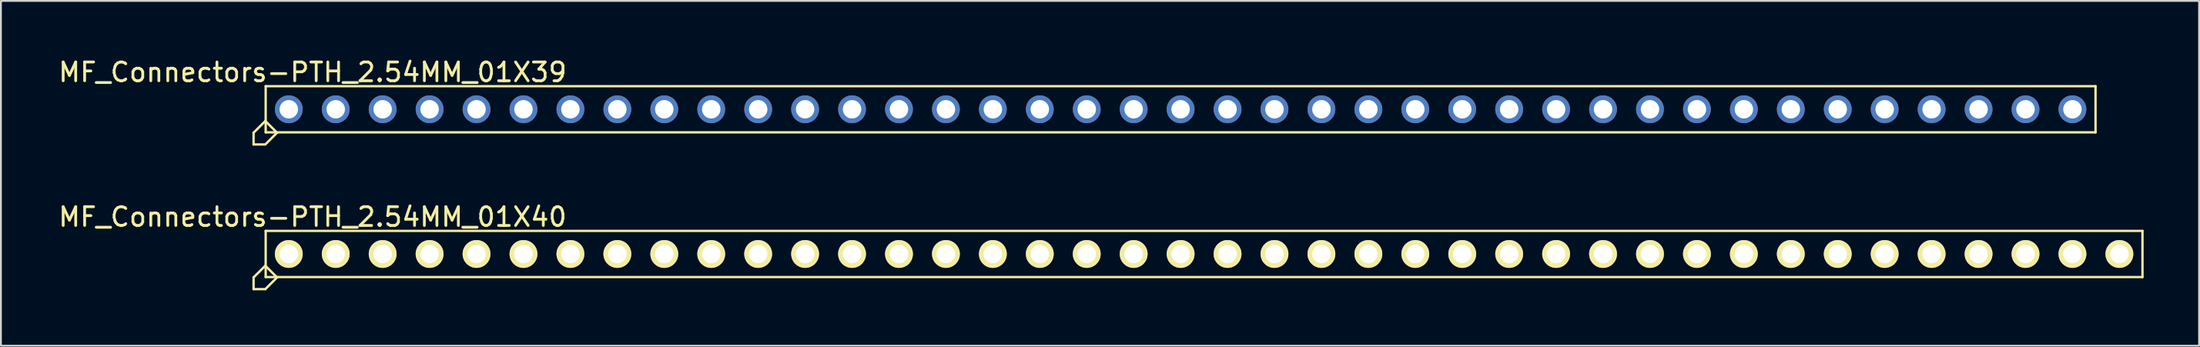
<source format=kicad_pcb>
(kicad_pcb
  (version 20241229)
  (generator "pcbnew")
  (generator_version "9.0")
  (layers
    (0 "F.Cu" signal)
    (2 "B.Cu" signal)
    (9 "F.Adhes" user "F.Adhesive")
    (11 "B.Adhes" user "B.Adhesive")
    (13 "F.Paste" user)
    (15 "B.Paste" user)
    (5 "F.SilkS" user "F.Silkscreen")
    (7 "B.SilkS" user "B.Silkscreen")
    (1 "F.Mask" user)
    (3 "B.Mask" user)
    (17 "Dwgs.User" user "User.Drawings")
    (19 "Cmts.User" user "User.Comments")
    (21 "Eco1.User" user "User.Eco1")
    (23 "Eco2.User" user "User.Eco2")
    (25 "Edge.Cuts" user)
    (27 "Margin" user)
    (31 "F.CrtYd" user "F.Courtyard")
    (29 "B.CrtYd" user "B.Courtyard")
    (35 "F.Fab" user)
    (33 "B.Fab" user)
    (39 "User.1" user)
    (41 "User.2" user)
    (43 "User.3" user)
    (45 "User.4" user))
  (footprint "MF_Connectors-PTH_2.54MM_01X39"
    (layer "F.Cu")
    (at 60.837 2.868)
    (property "Reference" "MF_Connectors-PTH_2.54MM_01X39" (at -46.97 -2.007 0) (layer "F.SilkS") (effects (font (size 1.016 1.016) (thickness 0.152))))
    (attr exclude_from_pos_files exclude_from_bom)
    (fp_line (start -50.165 1.27) (end -50.165 1.905) (stroke (width 0.127) (type solid)) (layer "F.SilkS"))
    (fp_line (start -50.165 1.905) (end -49.53 1.905) (stroke (width 0.127) (type solid)) (layer "F.SilkS"))
    (fp_line (start -49.53 0.635) (end -50.165 1.27) (stroke (width 0.127) (type solid)) (layer "F.SilkS"))
    (fp_line (start -49.53 1.905) (end -48.895 1.27) (stroke (width 0.127) (type solid)) (layer "F.SilkS"))
    (fp_line (start -49.51 -1.25) (end 49.51 -1.25) (stroke (width 0.127) (type solid)) (layer "F.SilkS"))
    (fp_line (start -49.51 1.25) (end -49.51 -1.25) (stroke (width 0.127) (type solid)) (layer "F.SilkS"))
    (fp_line (start -48.895 1.27) (end -49.53 0.635) (stroke (width 0.127) (type solid)) (layer "F.SilkS"))
    (fp_line (start 49.51 -1.25) (end 49.51 1.25) (stroke (width 0.127) (type solid)) (layer "F.SilkS"))
    (fp_line (start 49.51 1.25) (end -49.51 1.25) (stroke (width 0.127) (type solid)) (layer "F.SilkS"))
    (pad "1" thru_hole circle (at -48.26 0) (size 1.506 1.506) (drill 0.998) (layers "*.Cu" "*.Mask"))
    (pad "2" thru_hole circle (at -45.72 0) (size 1.506 1.506) (drill 0.998) (layers "*.Cu" "*.Mask"))
    (pad "3" thru_hole circle (at -43.18 0) (size 1.506 1.506) (drill 0.998) (layers "*.Cu" "*.Mask"))
    (pad "4" thru_hole circle (at -40.64 0) (size 1.506 1.506) (drill 0.998) (layers "*.Cu" "*.Mask"))
    (pad "5" thru_hole circle (at -38.1 0) (size 1.506 1.506) (drill 0.998) (layers "*.Cu" "*.Mask"))
    (pad "6" thru_hole circle (at -35.56 0) (size 1.506 1.506) (drill 0.998) (layers "*.Cu" "*.Mask"))
    (pad "7" thru_hole circle (at -33.02 0) (size 1.506 1.506) (drill 0.998) (layers "*.Cu" "*.Mask"))
    (pad "8" thru_hole circle (at -30.48 0) (size 1.506 1.506) (drill 0.998) (layers "*.Cu" "*.Mask"))
    (pad "9" thru_hole circle (at -27.94 0) (size 1.506 1.506) (drill 0.998) (layers "*.Cu" "*.Mask"))
    (pad "10" thru_hole circle (at -25.4 0) (size 1.506 1.506) (drill 0.998) (layers "*.Cu" "*.Mask"))
    (pad "11" thru_hole circle (at -22.86 0) (size 1.506 1.506) (drill 0.998) (layers "*.Cu" "*.Mask"))
    (pad "12" thru_hole circle (at -20.32 0) (size 1.506 1.506) (drill 0.998) (layers "*.Cu" "*.Mask"))
    (pad "13" thru_hole circle (at -17.78 0) (size 1.506 1.506) (drill 0.998) (layers "*.Cu" "*.Mask"))
    (pad "14" thru_hole circle (at -15.24 0) (size 1.506 1.506) (drill 0.998) (layers "*.Cu" "*.Mask"))
    (pad "15" thru_hole circle (at -12.7 0) (size 1.506 1.506) (drill 0.998) (layers "*.Cu" "*.Mask"))
    (pad "16" thru_hole circle (at -10.16 0) (size 1.506 1.506) (drill 0.998) (layers "*.Cu" "*.Mask"))
    (pad "17" thru_hole circle (at -7.62 0) (size 1.506 1.506) (drill 0.998) (layers "*.Cu" "*.Mask"))
    (pad "18" thru_hole circle (at -5.08 0) (size 1.506 1.506) (drill 0.998) (layers "*.Cu" "*.Mask"))
    (pad "19" thru_hole circle (at -2.54 0) (size 1.506 1.506) (drill 0.998) (layers "*.Cu" "*.Mask"))
    (pad "20" thru_hole circle (at 0 0) (size 1.506 1.506) (drill 0.998) (layers "*.Cu" "*.Mask"))
    (pad "21" thru_hole circle (at 2.54 0) (size 1.506 1.506) (drill 0.998) (layers "*.Cu" "*.Mask"))
    (pad "22" thru_hole circle (at 5.08 0) (size 1.506 1.506) (drill 0.998) (layers "*.Cu" "*.Mask"))
    (pad "23" thru_hole circle (at 7.62 0) (size 1.506 1.506) (drill 0.998) (layers "*.Cu" "*.Mask"))
    (pad "24" thru_hole circle (at 10.16 0) (size 1.506 1.506) (drill 0.998) (layers "*.Cu" "*.Mask"))
    (pad "25" thru_hole circle (at 12.7 0) (size 1.506 1.506) (drill 0.998) (layers "*.Cu" "*.Mask"))
    (pad "26" thru_hole circle (at 15.24 0) (size 1.506 1.506) (drill 0.998) (layers "*.Cu" "*.Mask"))
    (pad "27" thru_hole circle (at 17.78 0) (size 1.506 1.506) (drill 0.998) (layers "*.Cu" "*.Mask"))
    (pad "28" thru_hole circle (at 20.32 0) (size 1.506 1.506) (drill 0.998) (layers "*.Cu" "*.Mask"))
    (pad "29" thru_hole circle (at 22.86 0) (size 1.506 1.506) (drill 0.998) (layers "*.Cu" "*.Mask"))
    (pad "30" thru_hole circle (at 25.4 0) (size 1.506 1.506) (drill 0.998) (layers "*.Cu" "*.Mask"))
    (pad "31" thru_hole circle (at 27.94 0) (size 1.506 1.506) (drill 0.998) (layers "*.Cu" "*.Mask"))
    (pad "32" thru_hole circle (at 30.48 0) (size 1.506 1.506) (drill 0.998) (layers "*.Cu" "*.Mask"))
    (pad "33" thru_hole circle (at 33.02 0) (size 1.506 1.506) (drill 0.998) (layers "*.Cu" "*.Mask"))
    (pad "34" thru_hole circle (at 35.56 0) (size 1.506 1.506) (drill 0.998) (layers "*.Cu" "*.Mask"))
    (pad "35" thru_hole circle (at 38.1 0) (size 1.506 1.506) (drill 0.998) (layers "*.Cu" "*.Mask"))
    (pad "36" thru_hole circle (at 40.64 0) (size 1.506 1.506) (drill 0.998) (layers "*.Cu" "*.Mask"))
    (pad "37" thru_hole circle (at 43.18 0) (size 1.506 1.506) (drill 0.998) (layers "*.Cu" "*.Mask"))
    (pad "38" thru_hole circle (at 45.72 0) (size 1.506 1.506) (drill 0.998) (layers "*.Cu" "*.Mask"))
    (pad "39" thru_hole circle (at 48.26 0) (size 1.506 1.506) (drill 0.998) (layers "*.Cu" "*.Mask")))
  (footprint "MF_Connectors-PTH_2.54MM_01X40"
    (layer "F.Cu")
    (at 62.107 10.705)
    (property "Reference" "MF_Connectors-PTH_2.54MM_01X40" (at -48.24 -2.007 0) (layer "F.SilkS") (effects (font (size 1.016 1.016) (thickness 0.152))))
    (attr exclude_from_pos_files exclude_from_bom)
    (fp_line (start -51.435 1.27) (end -51.435 1.905) (stroke (width 0.127) (type solid)) (layer "F.SilkS"))
    (fp_line (start -51.435 1.905) (end -50.8 1.905) (stroke (width 0.127) (type solid)) (layer "F.SilkS"))
    (fp_line (start -50.8 0.635) (end -51.435 1.27) (stroke (width 0.127) (type solid)) (layer "F.SilkS"))
    (fp_line (start -50.8 1.905) (end -50.165 1.27) (stroke (width 0.127) (type solid)) (layer "F.SilkS"))
    (fp_line (start -50.78 -1.25) (end 50.78 -1.25) (stroke (width 0.127) (type solid)) (layer "F.SilkS"))
    (fp_line (start -50.78 1.25) (end -50.78 -1.25) (stroke (width 0.127) (type solid)) (layer "F.SilkS"))
    (fp_line (start -50.165 1.27) (end -50.8 0.635) (stroke (width 0.127) (type solid)) (layer "F.SilkS"))
    (fp_line (start 50.78 -1.25) (end 50.78 1.25) (stroke (width 0.127) (type solid)) (layer "F.SilkS"))
    (fp_line (start 50.78 1.25) (end -50.78 1.25) (stroke (width 0.127) (type solid)) (layer "F.SilkS"))
    (pad "P$1" thru_hole circle (at -49.53 0) (size 1.506 1.506) (drill 0.998) (layers "*.Cu" "F.Mask" "F.SilkS" "F.Paste"))
    (pad "P$2" thru_hole circle (at -46.99 0) (size 1.506 1.506) (drill 0.998) (layers "*.Cu" "F.Mask" "F.SilkS" "F.Paste"))
    (pad "P$3" thru_hole circle (at -44.45 0) (size 1.506 1.506) (drill 0.998) (layers "*.Cu" "F.Mask" "F.SilkS" "F.Paste"))
    (pad "P$4" thru_hole circle (at -41.91 0) (size 1.506 1.506) (drill 0.998) (layers "*.Cu" "F.Mask" "F.SilkS" "F.Paste"))
    (pad "P$5" thru_hole circle (at -39.37 0) (size 1.506 1.506) (drill 0.998) (layers "*.Cu" "F.Mask" "F.SilkS" "F.Paste"))
    (pad "P$6" thru_hole circle (at -36.83 0) (size 1.506 1.506) (drill 0.998) (layers "*.Cu" "F.Mask" "F.SilkS" "F.Paste"))
    (pad "P$7" thru_hole circle (at -34.29 0) (size 1.506 1.506) (drill 0.998) (layers "*.Cu" "F.Mask" "F.SilkS" "F.Paste"))
    (pad "P$8" thru_hole circle (at -31.75 0) (size 1.506 1.506) (drill 0.998) (layers "*.Cu" "F.Mask" "F.SilkS" "F.Paste"))
    (pad "P$9" thru_hole circle (at -29.21 0) (size 1.506 1.506) (drill 0.998) (layers "*.Cu" "F.Mask" "F.SilkS" "F.Paste"))
    (pad "P$10" thru_hole circle (at -26.67 0) (size 1.506 1.506) (drill 0.998) (layers "*.Cu" "F.Mask" "F.SilkS" "F.Paste"))
    (pad "P$11" thru_hole circle (at -24.13 0) (size 1.506 1.506) (drill 0.998) (layers "*.Cu" "F.Mask" "F.SilkS" "F.Paste"))
    (pad "P$12" thru_hole circle (at -21.59 0) (size 1.506 1.506) (drill 0.998) (layers "*.Cu" "F.Mask" "F.SilkS" "F.Paste"))
    (pad "P$13" thru_hole circle (at -19.05 0) (size 1.506 1.506) (drill 0.998) (layers "*.Cu" "F.Mask" "F.SilkS" "F.Paste"))
    (pad "P$14" thru_hole circle (at -16.51 0) (size 1.506 1.506) (drill 0.998) (layers "*.Cu" "F.Mask" "F.SilkS" "F.Paste"))
    (pad "P$15" thru_hole circle (at -13.97 0) (size 1.506 1.506) (drill 0.998) (layers "*.Cu" "F.Mask" "F.SilkS" "F.Paste"))
    (pad "P$16" thru_hole circle (at -11.43 0) (size 1.506 1.506) (drill 0.998) (layers "*.Cu" "F.Mask" "F.SilkS" "F.Paste"))
    (pad "P$17" thru_hole circle (at -8.89 0) (size 1.506 1.506) (drill 0.998) (layers "*.Cu" "F.Mask" "F.SilkS" "F.Paste"))
    (pad "P$18" thru_hole circle (at -6.35 0) (size 1.506 1.506) (drill 0.998) (layers "*.Cu" "F.Mask" "F.SilkS" "F.Paste"))
    (pad "P$19" thru_hole circle (at -3.81 0) (size 1.506 1.506) (drill 0.998) (layers "*.Cu" "F.Mask" "F.SilkS" "F.Paste"))
    (pad "P$20" thru_hole circle (at -1.27 0) (size 1.506 1.506) (drill 0.998) (layers "*.Cu" "F.Mask" "F.SilkS" "F.Paste"))
    (pad "P$21" thru_hole circle (at 1.27 0) (size 1.506 1.506) (drill 0.998) (layers "*.Cu" "F.Mask" "F.SilkS" "F.Paste"))
    (pad "P$22" thru_hole circle (at 3.81 0) (size 1.506 1.506) (drill 0.998) (layers "*.Cu" "F.Mask" "F.SilkS" "F.Paste"))
    (pad "P$23" thru_hole circle (at 6.35 0) (size 1.506 1.506) (drill 0.998) (layers "*.Cu" "F.Mask" "F.SilkS" "F.Paste"))
    (pad "P$24" thru_hole circle (at 8.89 0) (size 1.506 1.506) (drill 0.998) (layers "*.Cu" "F.Mask" "F.SilkS" "F.Paste"))
    (pad "P$25" thru_hole circle (at 11.43 0) (size 1.506 1.506) (drill 0.998) (layers "*.Cu" "F.Mask" "F.SilkS" "F.Paste"))
    (pad "P$26" thru_hole circle (at 13.97 0) (size 1.506 1.506) (drill 0.998) (layers "*.Cu" "F.Mask" "F.SilkS" "F.Paste"))
    (pad "P$27" thru_hole circle (at 16.51 0) (size 1.506 1.506) (drill 0.998) (layers "*.Cu" "F.Mask" "F.SilkS" "F.Paste"))
    (pad "P$28" thru_hole circle (at 19.05 0) (size 1.506 1.506) (drill 0.998) (layers "*.Cu" "F.Mask" "F.SilkS" "F.Paste"))
    (pad "P$29" thru_hole circle (at 21.59 0) (size 1.506 1.506) (drill 0.998) (layers "*.Cu" "F.Mask" "F.SilkS" "F.Paste"))
    (pad "P$30" thru_hole circle (at 24.13 0) (size 1.506 1.506) (drill 0.998) (layers "*.Cu" "F.Mask" "F.SilkS" "F.Paste"))
    (pad "P$31" thru_hole circle (at 26.67 0) (size 1.506 1.506) (drill 0.998) (layers "*.Cu" "F.Mask" "F.SilkS" "F.Paste"))
    (pad "P$32" thru_hole circle (at 29.21 0) (size 1.506 1.506) (drill 0.998) (layers "*.Cu" "F.Mask" "F.SilkS" "F.Paste"))
    (pad "P$33" thru_hole circle (at 31.75 0) (size 1.506 1.506) (drill 0.998) (layers "*.Cu" "F.Mask" "F.SilkS" "F.Paste"))
    (pad "P$34" thru_hole circle (at 34.29 0) (size 1.506 1.506) (drill 0.998) (layers "*.Cu" "F.Mask" "F.SilkS" "F.Paste"))
    (pad "P$35" thru_hole circle (at 36.83 0) (size 1.506 1.506) (drill 0.998) (layers "*.Cu" "F.Mask" "F.SilkS" "F.Paste"))
    (pad "P$36" thru_hole circle (at 39.37 0) (size 1.506 1.506) (drill 0.998) (layers "*.Cu" "F.Mask" "F.SilkS" "F.Paste"))
    (pad "P$37" thru_hole circle (at 41.91 0) (size 1.506 1.506) (drill 0.998) (layers "*.Cu" "F.Mask" "F.SilkS" "F.Paste"))
    (pad "P$38" thru_hole circle (at 44.45 0) (size 1.506 1.506) (drill 0.998) (layers "*.Cu" "F.Mask" "F.SilkS" "F.Paste"))
    (pad "P$39" thru_hole circle (at 46.99 0) (size 1.506 1.506) (drill 0.998) (layers "*.Cu" "F.Mask" "F.SilkS" "F.Paste"))
    (pad "P$40" thru_hole circle (at 49.53 0) (size 1.506 1.506) (drill 0.998) (layers "*.Cu" "F.Mask" "F.SilkS" "F.Paste")))
  (gr_rect
    (start -3 -3)
    (end 115.95 15.674)
    (stroke (width 0.1) (type default))
    (fill no)
    (layer "Edge.Cuts")))
</source>
